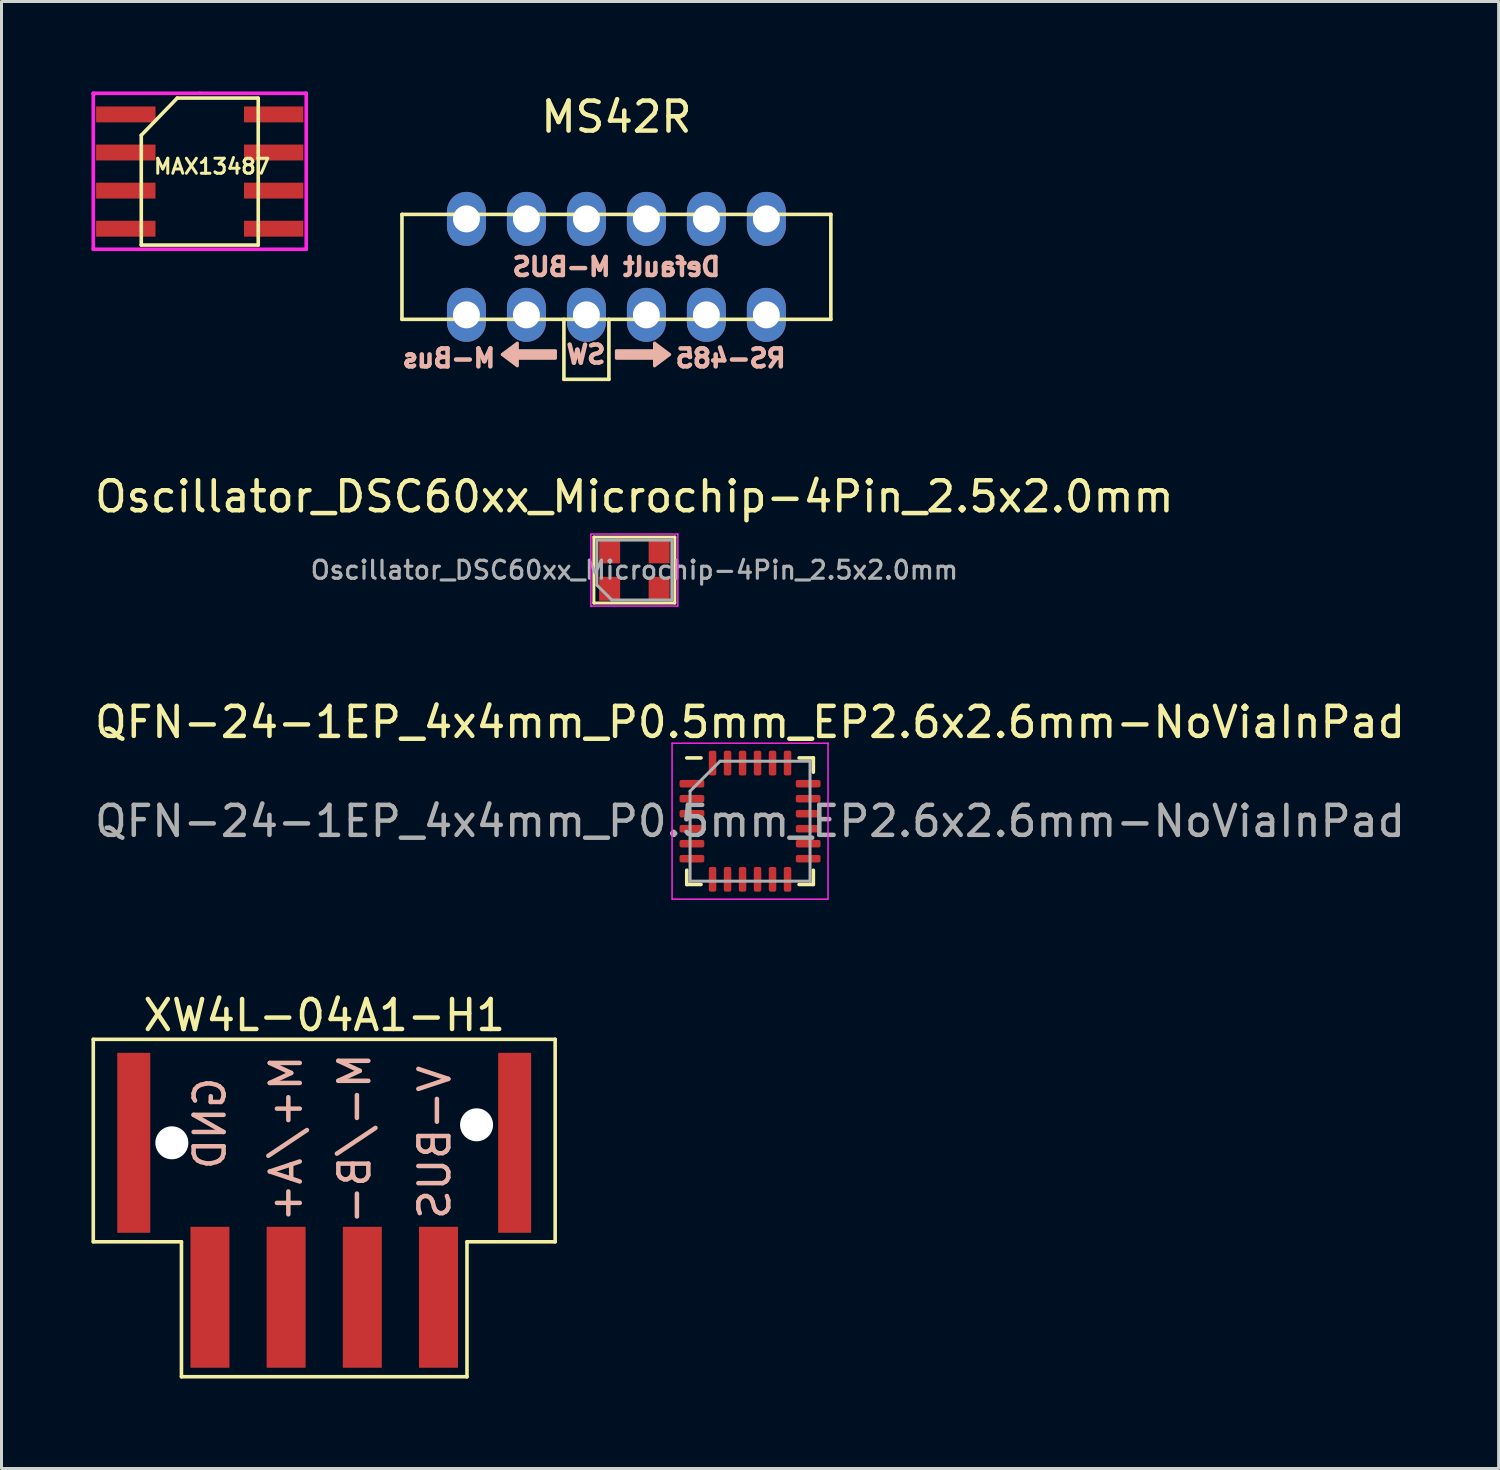
<source format=kicad_pcb>
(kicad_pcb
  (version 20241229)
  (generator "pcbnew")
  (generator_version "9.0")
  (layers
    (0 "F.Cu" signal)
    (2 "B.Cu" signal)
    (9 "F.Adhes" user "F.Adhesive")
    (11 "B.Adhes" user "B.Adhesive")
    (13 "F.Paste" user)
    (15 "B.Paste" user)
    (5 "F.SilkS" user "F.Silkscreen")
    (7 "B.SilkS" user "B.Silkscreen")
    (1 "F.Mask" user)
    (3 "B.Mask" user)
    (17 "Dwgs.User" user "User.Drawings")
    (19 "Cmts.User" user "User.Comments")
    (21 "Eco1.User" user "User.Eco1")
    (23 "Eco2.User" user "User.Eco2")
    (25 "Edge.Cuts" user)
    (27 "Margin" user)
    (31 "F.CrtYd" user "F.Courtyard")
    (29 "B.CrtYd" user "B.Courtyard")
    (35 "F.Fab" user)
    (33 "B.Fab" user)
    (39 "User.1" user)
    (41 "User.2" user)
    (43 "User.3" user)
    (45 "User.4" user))
  (footprint "MAX13487"
    (layer "F.Cu")
    (at 3.61 2.67)
    (property "Reference" "MAX13487" (at 0.41 -0.17 180) (layer "F.SilkS") (effects (font (size 0.5 0.5) (thickness 0.1))))
    (attr smd)
    (fp_line (start -1.95 2.45) (end -1.95 -1.21) (stroke (width 0.12) (type solid)) (layer "F.SilkS"))
    (fp_line (start -0.75 -2.45) (end -1.95 -1.21) (stroke (width 0.12) (type solid)) (layer "F.SilkS"))
    (fp_line (start 1.93 -2.45) (end -0.75 -2.45) (stroke (width 0.12) (type solid)) (layer "F.SilkS"))
    (fp_line (start 1.95 -2.45) (end 1.95 2.45) (stroke (width 0.12) (type solid)) (layer "F.SilkS"))
    (fp_line (start 1.95 2.45) (end -1.95 2.45) (stroke (width 0.12) (type solid)) (layer "F.SilkS"))
    (fp_line (start -3.55 -2.61) (end -3.55 -2.59) (stroke (width 0.12) (type solid)) (layer "F.CrtYd"))
    (fp_line (start -3.55 2.59) (end -3.55 -2.59) (stroke (width 0.12) (type solid)) (layer "F.CrtYd"))
    (fp_line (start 0 -2.61) (end -3.55 -2.61) (stroke (width 0.12) (type solid)) (layer "F.CrtYd"))
    (fp_line (start 0 -2.61) (end 3.52 -2.61) (stroke (width 0.12) (type solid)) (layer "F.CrtYd"))
    (fp_line (start 3.52 -2.61) (end 3.55 -2.61) (stroke (width 0.12) (type solid)) (layer "F.CrtYd"))
    (fp_line (start 3.55 -2.61) (end 3.55 2.59) (stroke (width 0.12) (type solid)) (layer "F.CrtYd"))
    (fp_line (start 3.55 2.59) (end -3.55 2.59) (stroke (width 0.12) (type solid)) (layer "F.CrtYd"))
    (pad "1" smd rect (at -2.465 -1.905) (size 1.98 0.53) (layers "F.Cu" "F.Mask" "F.Paste"))
    (pad "2" smd rect (at -2.465 -0.635) (size 1.98 0.53) (layers "F.Cu" "F.Mask" "F.Paste"))
    (pad "3" smd rect (at -2.465 0.635) (size 1.98 0.53) (layers "F.Cu" "F.Mask" "F.Paste"))
    (pad "4" smd rect (at -2.465 1.905) (size 1.98 0.53) (layers "F.Cu" "F.Mask" "F.Paste"))
    (pad "5" smd rect (at 2.465 1.905) (size 1.98 0.53) (layers "F.Cu" "F.Mask" "F.Paste"))
    (pad "6" smd rect (at 2.465 0.635) (size 1.98 0.53) (layers "F.Cu" "F.Mask" "F.Paste"))
    (pad "7" smd rect (at 2.465 -0.635) (size 1.98 0.53) (layers "F.Cu" "F.Mask" "F.Paste"))
    (pad "8" smd rect (at 2.465 -1.905) (size 1.98 0.53) (layers "F.Cu" "F.Mask" "F.Paste")))
  (footprint "MS42R"
    (layer "F.Cu")
    (at 17.502 5.848)
    (property "Reference" "MS42R" (at 0 -5 0) (layer "F.SilkS") (effects (font (size 1 1) (thickness 0.15))))
    (attr through_hole)
    (fp_line (start -7.15 -1.75) (end 7.15 -1.75) (stroke (width 0.12) (type solid)) (layer "F.SilkS"))
    (fp_line (start -7.15 1.75) (end -7.15 -1.75) (stroke (width 0.12) (type solid)) (layer "F.SilkS"))
    (fp_line (start -1.75 3.75) (end -1.75 1.75) (stroke (width 0.12) (type solid)) (layer "F.SilkS"))
    (fp_line (start -0.25 1.75) (end -0.25 3.75) (stroke (width 0.12) (type solid)) (layer "F.SilkS"))
    (fp_line (start -0.25 3.75) (end -1.75 3.75) (stroke (width 0.12) (type solid)) (layer "F.SilkS"))
    (fp_line (start 7.15 -1.75) (end 7.15 1.75) (stroke (width 0.12) (type solid)) (layer "F.SilkS"))
    (fp_line (start 7.15 1.75) (end -7.15 1.75) (stroke (width 0.12) (type solid)) (layer "F.SilkS"))
    (fp_poly (pts (xy -2.032 3.048) (xy -3.302 3.048) (xy -3.302 3.302) (xy -3.81 2.921) (xy -3.302 2.54) (xy -3.302 2.794) (xy -2.032 2.794)) (stroke (width 0.1) (type solid)) (fill yes) (layer "B.SilkS"))
    (fp_poly (pts (xy 0 2.794) (xy 1.27 2.794) (xy 1.27 2.54) (xy 1.778 2.921) (xy 1.27 3.302) (xy 1.27 3.048) (xy 0 3.048)) (stroke (width 0.1) (type solid)) (fill yes) (layer "B.SilkS"))
    (fp_text user "Default M-BUS" (at 0 0 0) (layer "B.SilkS") (effects (font (size 0.6 0.6) (thickness 0.15)) (justify mirror)))
    (fp_text user "RS-485" (at 3.81 3.048 0) (layer "B.SilkS") (effects (font (size 0.6 0.6) (thickness 0.15)) (justify mirror)))
    (fp_text user "M-Bus" (at -5.588 3.048 0) (layer "B.SilkS") (effects (font (size 0.6 0.6) (thickness 0.15)) (justify mirror)))
    (fp_text user "SW" (at -1.016 2.921 0) (layer "B.SilkS") (effects (font (size 0.6 0.6) (thickness 0.15)) (justify mirror)))
    (pad "1" thru_hole oval (at -5 1.6) (size 1.3 1.8) (drill 0.9) (layers "*.Cu" "*.Mask"))
    (pad "2" thru_hole oval (at -3 1.6) (size 1.3 1.8) (drill 0.9) (layers "*.Cu" "*.Mask"))
    (pad "3" thru_hole oval (at -1 1.6) (size 1.3 1.8) (drill 0.9) (layers "*.Cu" "*.Mask"))
    (pad "4" thru_hole oval (at 1 1.6) (size 1.3 1.8) (drill 0.9) (layers "*.Cu" "*.Mask"))
    (pad "5" thru_hole oval (at 3 1.6) (size 1.3 1.8) (drill 0.9) (layers "*.Cu" "*.Mask"))
    (pad "6" thru_hole oval (at 5 1.6) (size 1.3 1.8) (drill 0.9) (layers "*.Cu" "*.Mask"))
    (pad "7" thru_hole oval (at -5 -1.6) (size 1.3 1.8) (drill 0.9) (layers "*.Cu" "*.Mask"))
    (pad "8" thru_hole oval (at -3 -1.6) (size 1.3 1.8) (drill 0.9) (layers "*.Cu" "*.Mask"))
    (pad "9" thru_hole oval (at -1 -1.6) (size 1.3 1.8) (drill 0.9) (layers "*.Cu" "*.Mask"))
    (pad "10" thru_hole oval (at 1 -1.6) (size 1.3 1.8) (drill 0.9) (layers "*.Cu" "*.Mask"))
    (pad "11" thru_hole oval (at 3 -1.6) (size 1.3 1.8) (drill 0.9) (layers "*.Cu" "*.Mask"))
    (pad "12" thru_hole oval (at 5 -1.6) (size 1.3 1.8) (drill 0.9) (layers "*.Cu" "*.Mask")))
  (footprint "XW4L-04A1-H1"
    (layer "F.Cu")
    (at 7.76 35.803)
    (property "Reference" "XW4L-04A1-H1" (at 0 -5 0) (layer "F.SilkS") (effects (font (size 1 1) (thickness 0.15))))
    (attr through_hole)
    (fp_line (start -7.7 -4.2) (end 7.7 -4.2) (stroke (width 0.12) (type solid)) (layer "F.SilkS"))
    (fp_line (start -7.7 2.55) (end -7.7 -4.2) (stroke (width 0.12) (type solid)) (layer "F.SilkS"))
    (fp_line (start -4.76 2.55) (end -7.7 2.55) (stroke (width 0.12) (type solid)) (layer "F.SilkS"))
    (fp_line (start -4.76 7.05) (end -4.76 2.55) (stroke (width 0.12) (type solid)) (layer "F.SilkS"))
    (fp_line (start 4.76 2.55) (end 4.76 7.05) (stroke (width 0.12) (type solid)) (layer "F.SilkS"))
    (fp_line (start 4.76 7.05) (end -4.76 7.05) (stroke (width 0.12) (type solid)) (layer "F.SilkS"))
    (fp_line (start 7.7 -4.2) (end 7.7 2.55) (stroke (width 0.12) (type solid)) (layer "F.SilkS"))
    (fp_line (start 7.7 2.55) (end 4.76 2.55) (stroke (width 0.12) (type solid)) (layer "F.SilkS"))
    (fp_text user "M-/B-" (at 1.016 -0.889 270) (layer "B.SilkS") (effects (font (size 1 1) (thickness 0.15)) (justify mirror)))
    (fp_text user "GND" (at -3.81 -1.397 270) (layer "B.SilkS") (effects (font (size 1 1) (thickness 0.15)) (justify mirror)))
    (fp_text user "M+/A+" (at -1.27 -0.889 270) (layer "B.SilkS") (effects (font (size 1 1) (thickness 0.15)) (justify mirror)))
    (fp_text user "V-BUS" (at 3.683 -0.762 270) (layer "B.SilkS") (effects (font (size 1 1) (thickness 0.15)) (justify mirror)))
    (pad "" smd rect (at -6.35 -0.75) (size 1.1 6) (layers "F.Cu" "F.Mask"))
    (pad "" np_thru_hole circle (at -5.08 -0.75) (size 1.1 1.1) (drill 1.1) (layers "*.Cu" "*.Mask"))
    (pad "" np_thru_hole circle (at 5.08 -1.35) (size 1.1 1.1) (drill 1.1) (layers "*.Cu" "*.Mask"))
    (pad "" smd rect (at 6.35 -0.75) (size 1.1 6) (layers "F.Cu" "F.Mask"))
    (pad "1" smd rect (at 3.81 4.4) (size 1.3 4.7) (layers "F.Cu" "F.Mask"))
    (pad "2" smd rect (at 1.27 4.4) (size 1.3 4.7) (layers "F.Cu" "F.Mask"))
    (pad "3" smd rect (at -1.27 4.4) (size 1.3 4.7) (layers "F.Cu" "F.Mask"))
    (pad "4" smd rect (at -3.81 4.4) (size 1.3 4.7) (layers "F.Cu" "F.Mask")))
  (footprint "Oscillator_DSC60xx_Microchip-4Pin_2.5x2.0mm"
    (layer "F.Cu")
    (at 18.101 15.957)
    (property "Reference" "Oscillator_DSC60xx_Microchip-4Pin_2.5x2.0mm" (at 0 -2.45 0) (layer "F.SilkS") (effects (font (size 1 1) (thickness 0.15))))
    (attr smd)
    (fp_line (start -1.35 -1.1) (end 1.35 -1.1) (stroke (width 0.1) (type solid)) (layer "F.SilkS"))
    (fp_line (start -1.35 1.1) (end -1.35 -1.1) (stroke (width 0.1) (type solid)) (layer "F.SilkS"))
    (fp_line (start 1.35 -1.1) (end 1.35 1.1) (stroke (width 0.1) (type solid)) (layer "F.SilkS"))
    (fp_line (start 1.35 1.1) (end -1.35 1.1) (stroke (width 0.1) (type solid)) (layer "F.SilkS"))
    (fp_line (start -1.45 -1.2) (end -1.45 1.2) (stroke (width 0.05) (type solid)) (layer "F.CrtYd"))
    (fp_line (start -1.45 1.2) (end 1.45 1.2) (stroke (width 0.05) (type solid)) (layer "F.CrtYd"))
    (fp_line (start 1.45 -1.2) (end -1.45 -1.2) (stroke (width 0.05) (type solid)) (layer "F.CrtYd"))
    (fp_line (start 1.45 1.2) (end 1.45 -1.2) (stroke (width 0.05) (type solid)) (layer "F.CrtYd"))
    (fp_line (start -1.25 -1) (end 1.25 -1) (stroke (width 0.1) (type solid)) (layer "F.Fab"))
    (fp_line (start -1.25 0.5) (end -1.25 -1) (stroke (width 0.1) (type solid)) (layer "F.Fab"))
    (fp_line (start -1.25 0.5) (end -0.75 1) (stroke (width 0.1) (type solid)) (layer "F.Fab"))
    (fp_line (start 1.25 -1) (end 1.25 1) (stroke (width 0.1) (type solid)) (layer "F.Fab"))
    (fp_line (start 1.25 1) (end -0.75 1) (stroke (width 0.1) (type solid)) (layer "F.Fab"))
    (fp_text user "${REFERENCE}" (at 0 0 0) (layer "F.Fab") (effects (font (size 0.6 0.6) (thickness 0.105))))
    (pad "1" smd rect (at -0.825 0.625) (size 0.7 0.8) (layers "F.Cu" "F.Mask" "F.Paste"))
    (pad "2" smd rect (at 0.825 0.625) (size 0.7 0.8) (layers "F.Cu" "F.Mask" "F.Paste"))
    (pad "3" smd rect (at 0.825 -0.625) (size 0.7 0.8) (layers "F.Cu" "F.Mask" "F.Paste"))
    (pad "4" smd rect (at -0.825 -0.625) (size 0.7 0.8) (layers "F.Cu" "F.Mask" "F.Paste")))
  (footprint "QFN-24-1EP_4x4mm_P0.5mm_EP2.6x2.6mm-NoViaInPad"
    (layer "F.Cu")
    (at 21.958 24.33)
    (property "Reference" "QFN-24-1EP_4x4mm_P0.5mm_EP2.6x2.6mm-NoViaInPad" (at 0 -3.3 0) (layer "F.SilkS") (effects (font (size 1 1) (thickness 0.15))))
    (attr smd)
    (fp_line (start -2.11 2.11) (end -2.11 1.635) (stroke (width 0.12) (type solid)) (layer "F.SilkS"))
    (fp_line (start -1.635 -2.11) (end -2.11 -2.11) (stroke (width 0.12) (type solid)) (layer "F.SilkS"))
    (fp_line (start -1.635 2.11) (end -2.11 2.11) (stroke (width 0.12) (type solid)) (layer "F.SilkS"))
    (fp_line (start 1.635 -2.11) (end 2.11 -2.11) (stroke (width 0.12) (type solid)) (layer "F.SilkS"))
    (fp_line (start 1.635 2.11) (end 2.11 2.11) (stroke (width 0.12) (type solid)) (layer "F.SilkS"))
    (fp_line (start 2.11 -2.11) (end 2.11 -1.635) (stroke (width 0.12) (type solid)) (layer "F.SilkS"))
    (fp_line (start 2.11 2.11) (end 2.11 1.635) (stroke (width 0.12) (type solid)) (layer "F.SilkS"))
    (fp_line (start -2.6 -2.6) (end -2.6 2.6) (stroke (width 0.05) (type solid)) (layer "F.CrtYd"))
    (fp_line (start -2.6 2.6) (end 2.6 2.6) (stroke (width 0.05) (type solid)) (layer "F.CrtYd"))
    (fp_line (start 2.6 -2.6) (end -2.6 -2.6) (stroke (width 0.05) (type solid)) (layer "F.CrtYd"))
    (fp_line (start 2.6 2.6) (end 2.6 -2.6) (stroke (width 0.05) (type solid)) (layer "F.CrtYd"))
    (fp_line (start -2 -1) (end -1 -2) (stroke (width 0.1) (type solid)) (layer "F.Fab"))
    (fp_line (start -2 2) (end -2 -1) (stroke (width 0.1) (type solid)) (layer "F.Fab"))
    (fp_line (start -1 -2) (end 2 -2) (stroke (width 0.1) (type solid)) (layer "F.Fab"))
    (fp_line (start 2 -2) (end 2 2) (stroke (width 0.1) (type solid)) (layer "F.Fab"))
    (fp_line (start 2 2) (end -2 2) (stroke (width 0.1) (type solid)) (layer "F.Fab"))
    (fp_text user "${REFERENCE}" (at 0 0 0) (layer "F.Fab") (effects (font (size 1 1) (thickness 0.15))))
    (pad "" smd roundrect (at -0.65 -0.65) (size 1.05 1.05) (layers "F.Paste") (roundrect_rratio 0.238))
    (pad "" smd roundrect (at -0.65 0.65) (size 1.05 1.05) (layers "F.Paste") (roundrect_rratio 0.238))
    (pad "" smd roundrect (at 0.65 -0.65) (size 1.05 1.05) (layers "F.Paste") (roundrect_rratio 0.238))
    (pad "" smd roundrect (at 0.65 0.65) (size 1.05 1.05) (layers "F.Paste") (roundrect_rratio 0.238))
    (pad "1" smd roundrect (at -1.938 -1.25) (size 0.825 0.25) (layers "F.Cu" "F.Mask" "F.Paste") (roundrect_rratio 0.25))
    (pad "2" smd roundrect (at -1.938 -0.75) (size 0.825 0.25) (layers "F.Cu" "F.Mask" "F.Paste") (roundrect_rratio 0.25))
    (pad "3" smd roundrect (at -1.938 -0.25) (size 0.825 0.25) (layers "F.Cu" "F.Mask" "F.Paste") (roundrect_rratio 0.25))
    (pad "4" smd roundrect (at -1.938 0.25) (size 0.825 0.25) (layers "F.Cu" "F.Mask" "F.Paste") (roundrect_rratio 0.25))
    (pad "5" smd roundrect (at -1.938 0.75) (size 0.825 0.25) (layers "F.Cu" "F.Mask" "F.Paste") (roundrect_rratio 0.25))
    (pad "6" smd roundrect (at -1.938 1.25) (size 0.825 0.25) (layers "F.Cu" "F.Mask" "F.Paste") (roundrect_rratio 0.25))
    (pad "7" smd roundrect (at -1.25 1.938) (size 0.25 0.825) (layers "F.Cu" "F.Mask" "F.Paste") (roundrect_rratio 0.25))
    (pad "8" smd roundrect (at -0.75 1.938) (size 0.25 0.825) (layers "F.Cu" "F.Mask" "F.Paste") (roundrect_rratio 0.25))
    (pad "9" smd roundrect (at -0.25 1.938) (size 0.25 0.825) (layers "F.Cu" "F.Mask" "F.Paste") (roundrect_rratio 0.25))
    (pad "10" smd roundrect (at 0.25 1.938) (size 0.25 0.825) (layers "F.Cu" "F.Mask" "F.Paste") (roundrect_rratio 0.25))
    (pad "11" smd roundrect (at 0.75 1.938) (size 0.25 0.825) (layers "F.Cu" "F.Mask" "F.Paste") (roundrect_rratio 0.25))
    (pad "12" smd roundrect (at 1.25 1.938) (size 0.25 0.825) (layers "F.Cu" "F.Mask" "F.Paste") (roundrect_rratio 0.25))
    (pad "13" smd roundrect (at 1.938 1.25) (size 0.825 0.25) (layers "F.Cu" "F.Mask" "F.Paste") (roundrect_rratio 0.25))
    (pad "14" smd roundrect (at 1.938 0.75) (size 0.825 0.25) (layers "F.Cu" "F.Mask" "F.Paste") (roundrect_rratio 0.25))
    (pad "15" smd roundrect (at 1.938 0.25) (size 0.825 0.25) (layers "F.Cu" "F.Mask" "F.Paste") (roundrect_rratio 0.25))
    (pad "16" smd roundrect (at 1.938 -0.25) (size 0.825 0.25) (layers "F.Cu" "F.Mask" "F.Paste") (roundrect_rratio 0.25))
    (pad "17" smd roundrect (at 1.938 -0.75) (size 0.825 0.25) (layers "F.Cu" "F.Mask" "F.Paste") (roundrect_rratio 0.25))
    (pad "18" smd roundrect (at 1.938 -1.25) (size 0.825 0.25) (layers "F.Cu" "F.Mask" "F.Paste") (roundrect_rratio 0.25))
    (pad "19" smd roundrect (at 1.25 -1.938) (size 0.25 0.825) (layers "F.Cu" "F.Mask" "F.Paste") (roundrect_rratio 0.25))
    (pad "20" smd roundrect (at 0.75 -1.938) (size 0.25 0.825) (layers "F.Cu" "F.Mask" "F.Paste") (roundrect_rratio 0.25))
    (pad "21" smd roundrect (at 0.25 -1.938) (size 0.25 0.825) (layers "F.Cu" "F.Mask" "F.Paste") (roundrect_rratio 0.25))
    (pad "22" smd roundrect (at -0.25 -1.938) (size 0.25 0.825) (layers "F.Cu" "F.Mask" "F.Paste") (roundrect_rratio 0.25))
    (pad "23" smd roundrect (at -0.75 -1.938) (size 0.25 0.825) (layers "F.Cu" "F.Mask" "F.Paste") (roundrect_rratio 0.25))
    (pad "24" smd roundrect (at -1.25 -1.938) (size 0.25 0.825) (layers "F.Cu" "F.Mask" "F.Paste") (roundrect_rratio 0.25)))
  (gr_rect
    (start -3 -3)
    (end 46.917 45.913)
    (stroke (width 0.1) (type default))
    (fill no)
    (layer "Edge.Cuts")))
</source>
